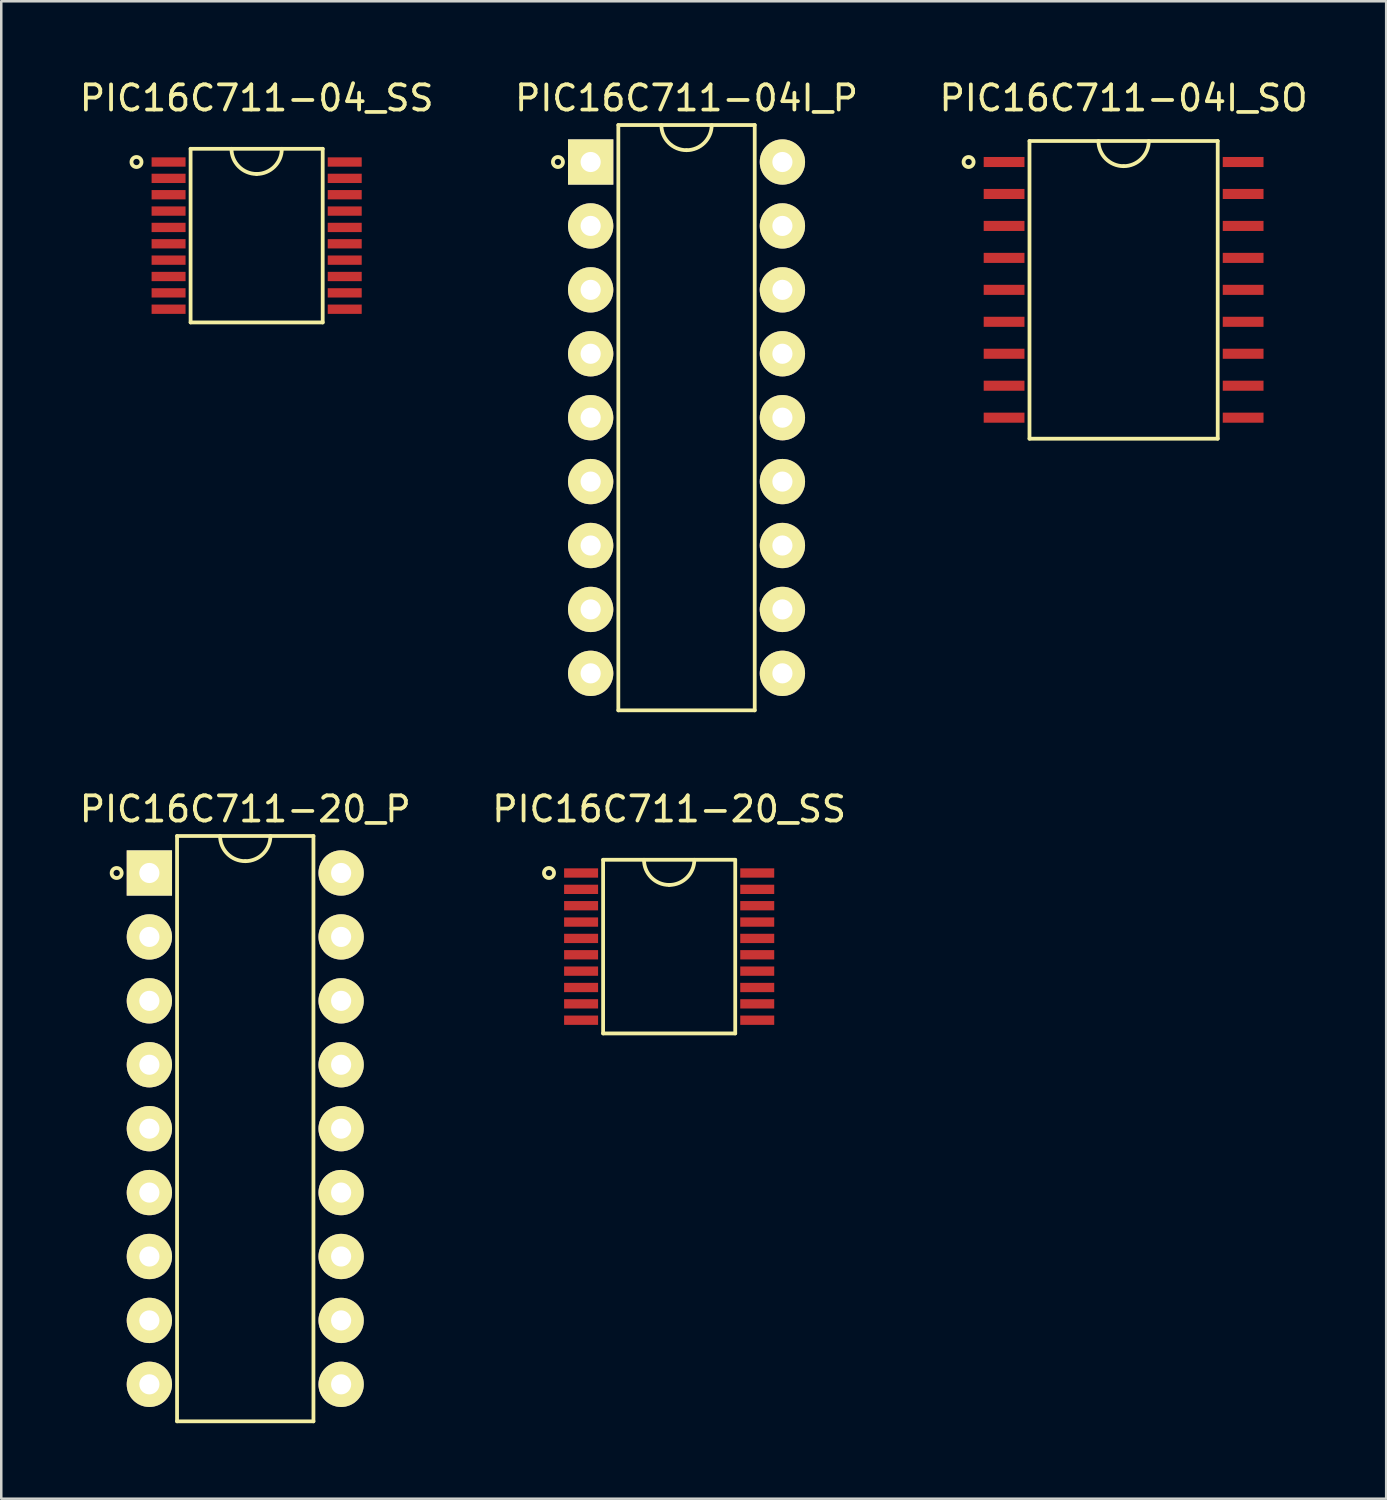
<source format=kicad_pcb>
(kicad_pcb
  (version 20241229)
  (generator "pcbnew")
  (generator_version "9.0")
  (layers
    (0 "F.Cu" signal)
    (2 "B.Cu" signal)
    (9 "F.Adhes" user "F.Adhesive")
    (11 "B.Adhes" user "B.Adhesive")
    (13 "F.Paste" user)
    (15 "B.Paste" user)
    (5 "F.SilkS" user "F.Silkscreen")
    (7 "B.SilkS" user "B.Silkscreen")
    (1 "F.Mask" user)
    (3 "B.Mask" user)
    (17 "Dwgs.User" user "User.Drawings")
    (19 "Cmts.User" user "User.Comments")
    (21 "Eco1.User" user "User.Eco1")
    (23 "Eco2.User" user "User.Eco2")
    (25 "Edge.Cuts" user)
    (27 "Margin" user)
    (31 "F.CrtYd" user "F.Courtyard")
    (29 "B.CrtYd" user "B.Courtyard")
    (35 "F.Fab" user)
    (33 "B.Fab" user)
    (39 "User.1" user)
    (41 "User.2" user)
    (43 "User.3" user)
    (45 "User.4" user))
  (footprint "PIC16C711-04I_P"
    (layer "F.Cu")
    (at 20.422 3.388)
    (property "Reference" "PIC16C711-04I_P" (at 3.81 -2.54 0) (layer "F.SilkS") (effects (font (size 1 1) (thickness 0.15))))
    (attr through_hole)
    (fp_line (start 1.1 -1.47) (end 6.52 -1.47) (stroke (width 0.15) (type solid)) (layer "F.SilkS"))
    (fp_line (start 1.1 21.79) (end 1.1 -1.47) (stroke (width 0.15) (type solid)) (layer "F.SilkS"))
    (fp_line (start 6.52 -1.47) (end 6.52 21.79) (stroke (width 0.15) (type solid)) (layer "F.SilkS"))
    (fp_line (start 6.52 21.79) (end 1.1 21.79) (stroke (width 0.15) (type solid)) (layer "F.SilkS"))
    (fp_arc (start 3.81 -0.47) (mid 3.102893 -0.762893) (end 2.81 -1.47) (stroke (width 0.15) (type solid)) (layer "F.SilkS"))
    (fp_arc (start 4.81 -1.47) (mid 4.517107 -0.762893) (end 3.81 -0.47) (stroke (width 0.15) (type solid)) (layer "F.SilkS"))
    (fp_circle (center -1.3 0) (end -1.3 0.2) (stroke (width 0.15) (type solid)) (fill no) (layer "F.SilkS"))
    (pad "1" thru_hole rect (at 0 0) (size 1.8 1.8) (drill 0.8) (layers "*.Cu" "*.Mask" "F.SilkS"))
    (pad "2" thru_hole circle (at 0 2.54) (size 1.8 1.8) (drill 0.8) (layers "*.Cu" "*.Mask" "F.SilkS"))
    (pad "3" thru_hole circle (at 0 5.08) (size 1.8 1.8) (drill 0.8) (layers "*.Cu" "*.Mask" "F.SilkS"))
    (pad "4" thru_hole circle (at 0 7.62) (size 1.8 1.8) (drill 0.8) (layers "*.Cu" "*.Mask" "F.SilkS"))
    (pad "5" thru_hole circle (at 0 10.16) (size 1.8 1.8) (drill 0.8) (layers "*.Cu" "*.Mask" "F.SilkS"))
    (pad "6" thru_hole circle (at 0 12.7) (size 1.8 1.8) (drill 0.8) (layers "*.Cu" "*.Mask" "F.SilkS"))
    (pad "7" thru_hole circle (at 0 15.24) (size 1.8 1.8) (drill 0.8) (layers "*.Cu" "*.Mask" "F.SilkS"))
    (pad "8" thru_hole circle (at 0 17.78) (size 1.8 1.8) (drill 0.8) (layers "*.Cu" "*.Mask" "F.SilkS"))
    (pad "9" thru_hole circle (at 0 20.32) (size 1.8 1.8) (drill 0.8) (layers "*.Cu" "*.Mask" "F.SilkS"))
    (pad "10" thru_hole circle (at 7.62 20.32) (size 1.8 1.8) (drill 0.8) (layers "*.Cu" "*.Mask" "F.SilkS"))
    (pad "11" thru_hole circle (at 7.62 17.78) (size 1.8 1.8) (drill 0.8) (layers "*.Cu" "*.Mask" "F.SilkS"))
    (pad "12" thru_hole circle (at 7.62 15.24) (size 1.8 1.8) (drill 0.8) (layers "*.Cu" "*.Mask" "F.SilkS"))
    (pad "13" thru_hole circle (at 7.62 12.7) (size 1.8 1.8) (drill 0.8) (layers "*.Cu" "*.Mask" "F.SilkS"))
    (pad "14" thru_hole circle (at 7.62 10.16) (size 1.8 1.8) (drill 0.8) (layers "*.Cu" "*.Mask" "F.SilkS"))
    (pad "15" thru_hole circle (at 7.62 7.62) (size 1.8 1.8) (drill 0.8) (layers "*.Cu" "*.Mask" "F.SilkS"))
    (pad "16" thru_hole circle (at 7.62 5.08) (size 1.8 1.8) (drill 0.8) (layers "*.Cu" "*.Mask" "F.SilkS"))
    (pad "17" thru_hole circle (at 7.62 2.54) (size 1.8 1.8) (drill 0.8) (layers "*.Cu" "*.Mask" "F.SilkS"))
    (pad "18" thru_hole circle (at 7.62 0) (size 1.8 1.8) (drill 0.8) (layers "*.Cu" "*.Mask" "F.SilkS")))
  (footprint "PIC16C711-20_P"
    (layer "F.Cu")
    (at 2.886 31.642)
    (property "Reference" "PIC16C711-20_P" (at 3.81 -2.54 0) (layer "F.SilkS") (effects (font (size 1 1) (thickness 0.15))))
    (attr through_hole)
    (fp_line (start 1.1 -1.47) (end 6.52 -1.47) (stroke (width 0.15) (type solid)) (layer "F.SilkS"))
    (fp_line (start 1.1 21.79) (end 1.1 -1.47) (stroke (width 0.15) (type solid)) (layer "F.SilkS"))
    (fp_line (start 6.52 -1.47) (end 6.52 21.79) (stroke (width 0.15) (type solid)) (layer "F.SilkS"))
    (fp_line (start 6.52 21.79) (end 1.1 21.79) (stroke (width 0.15) (type solid)) (layer "F.SilkS"))
    (fp_arc (start 3.81 -0.47) (mid 3.102893 -0.762893) (end 2.81 -1.47) (stroke (width 0.15) (type solid)) (layer "F.SilkS"))
    (fp_arc (start 4.81 -1.47) (mid 4.517107 -0.762893) (end 3.81 -0.47) (stroke (width 0.15) (type solid)) (layer "F.SilkS"))
    (fp_circle (center -1.3 0) (end -1.3 0.2) (stroke (width 0.15) (type solid)) (fill no) (layer "F.SilkS"))
    (pad "1" thru_hole rect (at 0 0) (size 1.8 1.8) (drill 0.8) (layers "*.Cu" "*.Mask" "F.SilkS"))
    (pad "2" thru_hole circle (at 0 2.54) (size 1.8 1.8) (drill 0.8) (layers "*.Cu" "*.Mask" "F.SilkS"))
    (pad "3" thru_hole circle (at 0 5.08) (size 1.8 1.8) (drill 0.8) (layers "*.Cu" "*.Mask" "F.SilkS"))
    (pad "4" thru_hole circle (at 0 7.62) (size 1.8 1.8) (drill 0.8) (layers "*.Cu" "*.Mask" "F.SilkS"))
    (pad "5" thru_hole circle (at 0 10.16) (size 1.8 1.8) (drill 0.8) (layers "*.Cu" "*.Mask" "F.SilkS"))
    (pad "6" thru_hole circle (at 0 12.7) (size 1.8 1.8) (drill 0.8) (layers "*.Cu" "*.Mask" "F.SilkS"))
    (pad "7" thru_hole circle (at 0 15.24) (size 1.8 1.8) (drill 0.8) (layers "*.Cu" "*.Mask" "F.SilkS"))
    (pad "8" thru_hole circle (at 0 17.78) (size 1.8 1.8) (drill 0.8) (layers "*.Cu" "*.Mask" "F.SilkS"))
    (pad "9" thru_hole circle (at 0 20.32) (size 1.8 1.8) (drill 0.8) (layers "*.Cu" "*.Mask" "F.SilkS"))
    (pad "10" thru_hole circle (at 7.62 20.32) (size 1.8 1.8) (drill 0.8) (layers "*.Cu" "*.Mask" "F.SilkS"))
    (pad "11" thru_hole circle (at 7.62 17.78) (size 1.8 1.8) (drill 0.8) (layers "*.Cu" "*.Mask" "F.SilkS"))
    (pad "12" thru_hole circle (at 7.62 15.24) (size 1.8 1.8) (drill 0.8) (layers "*.Cu" "*.Mask" "F.SilkS"))
    (pad "13" thru_hole circle (at 7.62 12.7) (size 1.8 1.8) (drill 0.8) (layers "*.Cu" "*.Mask" "F.SilkS"))
    (pad "14" thru_hole circle (at 7.62 10.16) (size 1.8 1.8) (drill 0.8) (layers "*.Cu" "*.Mask" "F.SilkS"))
    (pad "15" thru_hole circle (at 7.62 7.62) (size 1.8 1.8) (drill 0.8) (layers "*.Cu" "*.Mask" "F.SilkS"))
    (pad "16" thru_hole circle (at 7.62 5.08) (size 1.8 1.8) (drill 0.8) (layers "*.Cu" "*.Mask" "F.SilkS"))
    (pad "17" thru_hole circle (at 7.62 2.54) (size 1.8 1.8) (drill 0.8) (layers "*.Cu" "*.Mask" "F.SilkS"))
    (pad "18" thru_hole circle (at 7.62 0) (size 1.8 1.8) (drill 0.8) (layers "*.Cu" "*.Mask" "F.SilkS")))
  (footprint "PIC16C711-04I_SO"
    (layer "F.Cu")
    (at 36.851 3.388)
    (property "Reference" "PIC16C711-04I_SO" (at 4.75 -2.54 0) (layer "F.SilkS") (effects (font (size 1 1) (thickness 0.15))))
    (attr through_hole)
    (fp_line (start 1.01 -0.835) (end 8.49 -0.835) (stroke (width 0.15) (type solid)) (layer "F.SilkS"))
    (fp_line (start 1.01 10.995) (end 1.01 -0.835) (stroke (width 0.15) (type solid)) (layer "F.SilkS"))
    (fp_line (start 8.49 -0.835) (end 8.49 10.995) (stroke (width 0.15) (type solid)) (layer "F.SilkS"))
    (fp_line (start 8.49 10.995) (end 1.01 10.995) (stroke (width 0.15) (type solid)) (layer "F.SilkS"))
    (fp_arc (start 4.75 0.165) (mid 4.042893 -0.127893) (end 3.75 -0.835) (stroke (width 0.15) (type solid)) (layer "F.SilkS"))
    (fp_arc (start 5.75 -0.835) (mid 5.457107 -0.127893) (end 4.75 0.165) (stroke (width 0.15) (type solid)) (layer "F.SilkS"))
    (fp_circle (center -1.41 0) (end -1.41 0.2) (stroke (width 0.15) (type solid)) (fill no) (layer "F.SilkS"))
    (pad "1" smd rect (at 0 0) (size 1.62 0.4) (layers "F.Cu" "F.Mask" "F.Paste"))
    (pad "2" smd rect (at 0 1.27) (size 1.62 0.4) (layers "F.Cu" "F.Mask" "F.Paste"))
    (pad "3" smd rect (at 0 2.54) (size 1.62 0.4) (layers "F.Cu" "F.Mask" "F.Paste"))
    (pad "4" smd rect (at 0 3.81) (size 1.62 0.4) (layers "F.Cu" "F.Mask" "F.Paste"))
    (pad "5" smd rect (at 0 5.08) (size 1.62 0.4) (layers "F.Cu" "F.Mask" "F.Paste"))
    (pad "6" smd rect (at 0 6.35) (size 1.62 0.4) (layers "F.Cu" "F.Mask" "F.Paste"))
    (pad "7" smd rect (at 0 7.62) (size 1.62 0.4) (layers "F.Cu" "F.Mask" "F.Paste"))
    (pad "8" smd rect (at 0 8.89) (size 1.62 0.4) (layers "F.Cu" "F.Mask" "F.Paste"))
    (pad "9" smd rect (at 0 10.16) (size 1.62 0.4) (layers "F.Cu" "F.Mask" "F.Paste"))
    (pad "10" smd rect (at 9.5 10.16) (size 1.62 0.4) (layers "F.Cu" "F.Mask" "F.Paste"))
    (pad "11" smd rect (at 9.5 8.89) (size 1.62 0.4) (layers "F.Cu" "F.Mask" "F.Paste"))
    (pad "12" smd rect (at 9.5 7.62) (size 1.62 0.4) (layers "F.Cu" "F.Mask" "F.Paste"))
    (pad "13" smd rect (at 9.5 6.35) (size 1.62 0.4) (layers "F.Cu" "F.Mask" "F.Paste"))
    (pad "14" smd rect (at 9.5 5.08) (size 1.62 0.4) (layers "F.Cu" "F.Mask" "F.Paste"))
    (pad "15" smd rect (at 9.5 3.81) (size 1.62 0.4) (layers "F.Cu" "F.Mask" "F.Paste"))
    (pad "16" smd rect (at 9.5 2.54) (size 1.62 0.4) (layers "F.Cu" "F.Mask" "F.Paste"))
    (pad "17" smd rect (at 9.5 1.27) (size 1.62 0.4) (layers "F.Cu" "F.Mask" "F.Paste"))
    (pad "18" smd rect (at 9.5 0) (size 1.62 0.4) (layers "F.Cu" "F.Mask" "F.Paste")))
  (footprint "PIC16C711-20_SS"
    (layer "F.Cu")
    (at 20.042 31.642)
    (property "Reference" "PIC16C711-20_SS" (at 3.5 -2.54 0) (layer "F.SilkS") (effects (font (size 1 1) (thickness 0.15))))
    (attr through_hole)
    (fp_line (start 0.875 -0.525) (end 6.125 -0.525) (stroke (width 0.15) (type solid)) (layer "F.SilkS"))
    (fp_line (start 0.875 6.375) (end 0.875 -0.525) (stroke (width 0.15) (type solid)) (layer "F.SilkS"))
    (fp_line (start 6.125 -0.525) (end 6.125 6.375) (stroke (width 0.15) (type solid)) (layer "F.SilkS"))
    (fp_line (start 6.125 6.375) (end 0.875 6.375) (stroke (width 0.15) (type solid)) (layer "F.SilkS"))
    (fp_arc (start 3.5 0.475) (mid 2.792893 0.182107) (end 2.5 -0.525) (stroke (width 0.15) (type solid)) (layer "F.SilkS"))
    (fp_arc (start 4.5 -0.525) (mid 4.207107 0.182107) (end 3.5 0.475) (stroke (width 0.15) (type solid)) (layer "F.SilkS"))
    (fp_circle (center -1.275 0) (end -1.275 0.2) (stroke (width 0.15) (type solid)) (fill no) (layer "F.SilkS"))
    (pad "1" smd rect (at 0 0) (size 1.35 0.37) (layers "F.Cu" "F.Mask" "F.Paste"))
    (pad "2" smd rect (at 0 0.65) (size 1.35 0.37) (layers "F.Cu" "F.Mask" "F.Paste"))
    (pad "3" smd rect (at 0 1.3) (size 1.35 0.37) (layers "F.Cu" "F.Mask" "F.Paste"))
    (pad "4" smd rect (at 0 1.95) (size 1.35 0.37) (layers "F.Cu" "F.Mask" "F.Paste"))
    (pad "5" smd rect (at 0 2.6) (size 1.35 0.37) (layers "F.Cu" "F.Mask" "F.Paste"))
    (pad "6" smd rect (at 0 3.25) (size 1.35 0.37) (layers "F.Cu" "F.Mask" "F.Paste"))
    (pad "7" smd rect (at 0 3.9) (size 1.35 0.37) (layers "F.Cu" "F.Mask" "F.Paste"))
    (pad "8" smd rect (at 0 4.55) (size 1.35 0.37) (layers "F.Cu" "F.Mask" "F.Paste"))
    (pad "9" smd rect (at 0 5.2) (size 1.35 0.37) (layers "F.Cu" "F.Mask" "F.Paste"))
    (pad "10" smd rect (at 0 5.85) (size 1.35 0.37) (layers "F.Cu" "F.Mask" "F.Paste"))
    (pad "11" smd rect (at 7 5.85) (size 1.35 0.37) (layers "F.Cu" "F.Mask" "F.Paste"))
    (pad "12" smd rect (at 7 5.2) (size 1.35 0.37) (layers "F.Cu" "F.Mask" "F.Paste"))
    (pad "13" smd rect (at 7 4.55) (size 1.35 0.37) (layers "F.Cu" "F.Mask" "F.Paste"))
    (pad "14" smd rect (at 7 3.9) (size 1.35 0.37) (layers "F.Cu" "F.Mask" "F.Paste"))
    (pad "15" smd rect (at 7 3.25) (size 1.35 0.37) (layers "F.Cu" "F.Mask" "F.Paste"))
    (pad "16" smd rect (at 7 2.6) (size 1.35 0.37) (layers "F.Cu" "F.Mask" "F.Paste"))
    (pad "17" smd rect (at 7 1.95) (size 1.35 0.37) (layers "F.Cu" "F.Mask" "F.Paste"))
    (pad "18" smd rect (at 7 1.3) (size 1.35 0.37) (layers "F.Cu" "F.Mask" "F.Paste"))
    (pad "19" smd rect (at 7 0.65) (size 1.35 0.37) (layers "F.Cu" "F.Mask" "F.Paste"))
    (pad "20" smd rect (at 7 0) (size 1.35 0.37) (layers "F.Cu" "F.Mask" "F.Paste")))
  (footprint "PIC16C711-04_SS"
    (layer "F.Cu")
    (at 3.649 3.388)
    (property "Reference" "PIC16C711-04_SS" (at 3.5 -2.54 0) (layer "F.SilkS") (effects (font (size 1 1) (thickness 0.15))))
    (attr through_hole)
    (fp_line (start 0.875 -0.525) (end 6.125 -0.525) (stroke (width 0.15) (type solid)) (layer "F.SilkS"))
    (fp_line (start 0.875 6.375) (end 0.875 -0.525) (stroke (width 0.15) (type solid)) (layer "F.SilkS"))
    (fp_line (start 6.125 -0.525) (end 6.125 6.375) (stroke (width 0.15) (type solid)) (layer "F.SilkS"))
    (fp_line (start 6.125 6.375) (end 0.875 6.375) (stroke (width 0.15) (type solid)) (layer "F.SilkS"))
    (fp_arc (start 3.5 0.475) (mid 2.792893 0.182107) (end 2.5 -0.525) (stroke (width 0.15) (type solid)) (layer "F.SilkS"))
    (fp_arc (start 4.5 -0.525) (mid 4.207107 0.182107) (end 3.5 0.475) (stroke (width 0.15) (type solid)) (layer "F.SilkS"))
    (fp_circle (center -1.275 0) (end -1.275 0.2) (stroke (width 0.15) (type solid)) (fill no) (layer "F.SilkS"))
    (pad "1" smd rect (at 0 0) (size 1.35 0.37) (layers "F.Cu" "F.Mask" "F.Paste"))
    (pad "2" smd rect (at 0 0.65) (size 1.35 0.37) (layers "F.Cu" "F.Mask" "F.Paste"))
    (pad "3" smd rect (at 0 1.3) (size 1.35 0.37) (layers "F.Cu" "F.Mask" "F.Paste"))
    (pad "4" smd rect (at 0 1.95) (size 1.35 0.37) (layers "F.Cu" "F.Mask" "F.Paste"))
    (pad "5" smd rect (at 0 2.6) (size 1.35 0.37) (layers "F.Cu" "F.Mask" "F.Paste"))
    (pad "6" smd rect (at 0 3.25) (size 1.35 0.37) (layers "F.Cu" "F.Mask" "F.Paste"))
    (pad "7" smd rect (at 0 3.9) (size 1.35 0.37) (layers "F.Cu" "F.Mask" "F.Paste"))
    (pad "8" smd rect (at 0 4.55) (size 1.35 0.37) (layers "F.Cu" "F.Mask" "F.Paste"))
    (pad "9" smd rect (at 0 5.2) (size 1.35 0.37) (layers "F.Cu" "F.Mask" "F.Paste"))
    (pad "10" smd rect (at 0 5.85) (size 1.35 0.37) (layers "F.Cu" "F.Mask" "F.Paste"))
    (pad "11" smd rect (at 7 5.85) (size 1.35 0.37) (layers "F.Cu" "F.Mask" "F.Paste"))
    (pad "12" smd rect (at 7 5.2) (size 1.35 0.37) (layers "F.Cu" "F.Mask" "F.Paste"))
    (pad "13" smd rect (at 7 4.55) (size 1.35 0.37) (layers "F.Cu" "F.Mask" "F.Paste"))
    (pad "14" smd rect (at 7 3.9) (size 1.35 0.37) (layers "F.Cu" "F.Mask" "F.Paste"))
    (pad "15" smd rect (at 7 3.25) (size 1.35 0.37) (layers "F.Cu" "F.Mask" "F.Paste"))
    (pad "16" smd rect (at 7 2.6) (size 1.35 0.37) (layers "F.Cu" "F.Mask" "F.Paste"))
    (pad "17" smd rect (at 7 1.95) (size 1.35 0.37) (layers "F.Cu" "F.Mask" "F.Paste"))
    (pad "18" smd rect (at 7 1.3) (size 1.35 0.37) (layers "F.Cu" "F.Mask" "F.Paste"))
    (pad "19" smd rect (at 7 0.65) (size 1.35 0.37) (layers "F.Cu" "F.Mask" "F.Paste"))
    (pad "20" smd rect (at 7 0) (size 1.35 0.37) (layers "F.Cu" "F.Mask" "F.Paste")))
  (gr_rect
    (start -3 -3)
    (end 52.036 56.507)
    (stroke (width 0.1) (type default))
    (fill no)
    (layer "Edge.Cuts")))
</source>
